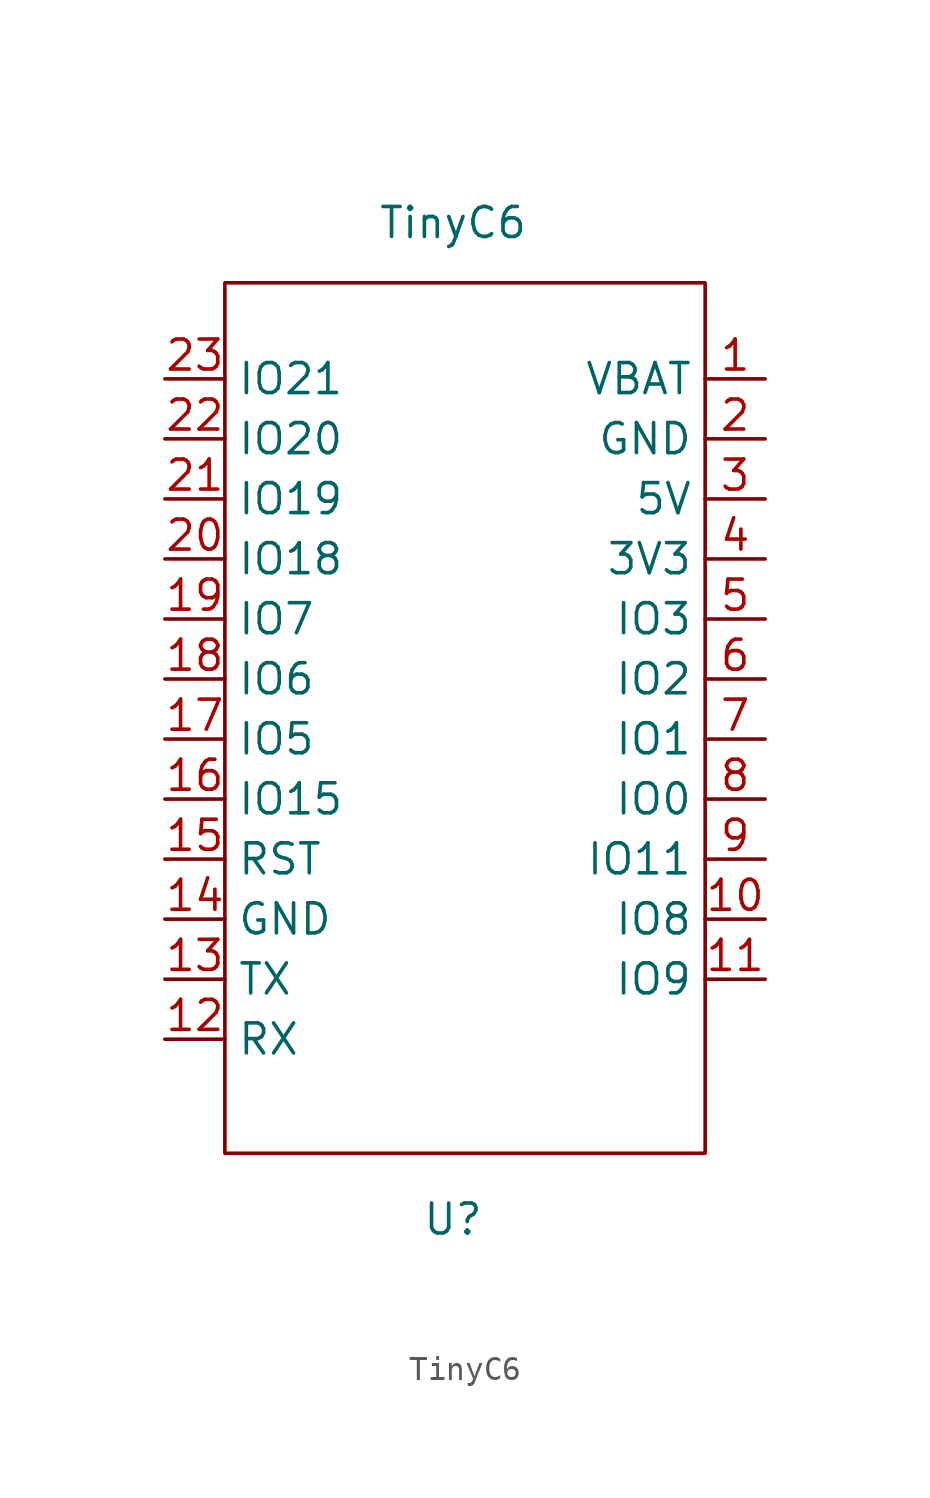
<source format=kicad_sym>
(kicad_symbol_lib
  (version 20220914)
  (generator kicad_symbol_editor)
  (symbol "TinyC6"
    (property "Reference" "U"
      (at -0.508 -20.32 0)
      (effects (font (size 1.27 1.27))))
    (property "Value" "TinyC6"
      (at -0.508 21.844 0)
      (effects (font (size 1.27 1.27))))
    (symbol "TinyC6_0_1"
      (rectangle (start -10.16 19.304) (end 10.16 -17.526) (stroke (width 0.152) (type default)) (fill (type none))))
    (symbol "TinyC6_1_1"
      (pin power_in line (at 12.7 15.24 180) (length 2.54) (name "VBAT" (effects (font (size 1.27 1.27)))) (number "1" (effects (font (size 1.27 1.27)))))
      (pin bidirectional line (at 12.7 -7.62 180) (length 2.54) (name "IO8" (effects (font (size 1.27 1.27)))) (number "10" (effects (font (size 1.27 1.27)))))
      (pin bidirectional line (at 12.7 -10.16 180) (length 2.54) (name "IO9" (effects (font (size 1.27 1.27)))) (number "11" (effects (font (size 1.27 1.27)))))
      (pin bidirectional line (at -12.7 -12.7 0) (length 2.54) (name "RX" (effects (font (size 1.27 1.27)))) (number "12" (effects (font (size 1.27 1.27)))))
      (pin bidirectional line (at -12.7 -10.16 0) (length 2.54) (name "TX" (effects (font (size 1.27 1.27)))) (number "13" (effects (font (size 1.27 1.27)))))
      (pin power_in line (at -12.7 -7.62 0) (length 2.54) (name "GND" (effects (font (size 1.27 1.27)))) (number "14" (effects (font (size 1.27 1.27)))))
      (pin input line (at -12.7 -5.08 0) (length 2.54) (name "RST" (effects (font (size 1.27 1.27)))) (number "15" (effects (font (size 1.27 1.27)))))
      (pin bidirectional line (at -12.7 -2.54 0) (length 2.54) (name "IO15" (effects (font (size 1.27 1.27)))) (number "16" (effects (font (size 1.27 1.27)))))
      (pin bidirectional line (at -12.7 0 0) (length 2.54) (name "IO5" (effects (font (size 1.27 1.27)))) (number "17" (effects (font (size 1.27 1.27)))))
      (pin bidirectional line (at -12.7 2.54 0) (length 2.54) (name "IO6" (effects (font (size 1.27 1.27)))) (number "18" (effects (font (size 1.27 1.27)))))
      (pin bidirectional line (at -12.7 5.08 0) (length 2.54) (name "IO7" (effects (font (size 1.27 1.27)))) (number "19" (effects (font (size 1.27 1.27)))))
      (pin power_in line (at 12.7 12.7 180) (length 2.54) (name "GND" (effects (font (size 1.27 1.27)))) (number "2" (effects (font (size 1.27 1.27)))))
      (pin bidirectional line (at -12.7 7.62 0) (length 2.54) (name "IO18" (effects (font (size 1.27 1.27)))) (number "20" (effects (font (size 1.27 1.27)))))
      (pin bidirectional line (at -12.7 10.16 0) (length 2.54) (name "IO19" (effects (font (size 1.27 1.27)))) (number "21" (effects (font (size 1.27 1.27)))))
      (pin bidirectional line (at -12.7 12.7 0) (length 2.54) (name "IO20" (effects (font (size 1.27 1.27)))) (number "22" (effects (font (size 1.27 1.27)))))
      (pin bidirectional line (at -12.7 15.24 0) (length 2.54) (name "IO21" (effects (font (size 1.27 1.27)))) (number "23" (effects (font (size 1.27 1.27)))))
      (pin power_in line (at 12.7 10.16 180) (length 2.54) (name "5V" (effects (font (size 1.27 1.27)))) (number "3" (effects (font (size 1.27 1.27)))))
      (pin power_in line (at 12.7 7.62 180) (length 2.54) (name "3V3" (effects (font (size 1.27 1.27)))) (number "4" (effects (font (size 1.27 1.27)))))
      (pin bidirectional line (at 12.7 5.08 180) (length 2.54) (name "IO3" (effects (font (size 1.27 1.27)))) (number "5" (effects (font (size 1.27 1.27)))))
      (pin bidirectional line (at 12.7 2.54 180) (length 2.54) (name "IO2" (effects (font (size 1.27 1.27)))) (number "6" (effects (font (size 1.27 1.27)))))
      (pin bidirectional line (at 12.7 0 180) (length 2.54) (name "IO1" (effects (font (size 1.27 1.27)))) (number "7" (effects (font (size 1.27 1.27)))))
      (pin bidirectional line (at 12.7 -2.54 180) (length 2.54) (name "IO0" (effects (font (size 1.27 1.27)))) (number "8" (effects (font (size 1.27 1.27)))))
      (pin bidirectional line (at 12.7 -5.08 180) (length 2.54) (name "IO11" (effects (font (size 1.27 1.27)))) (number "9" (effects (font (size 1.27 1.27))))))))
</source>
